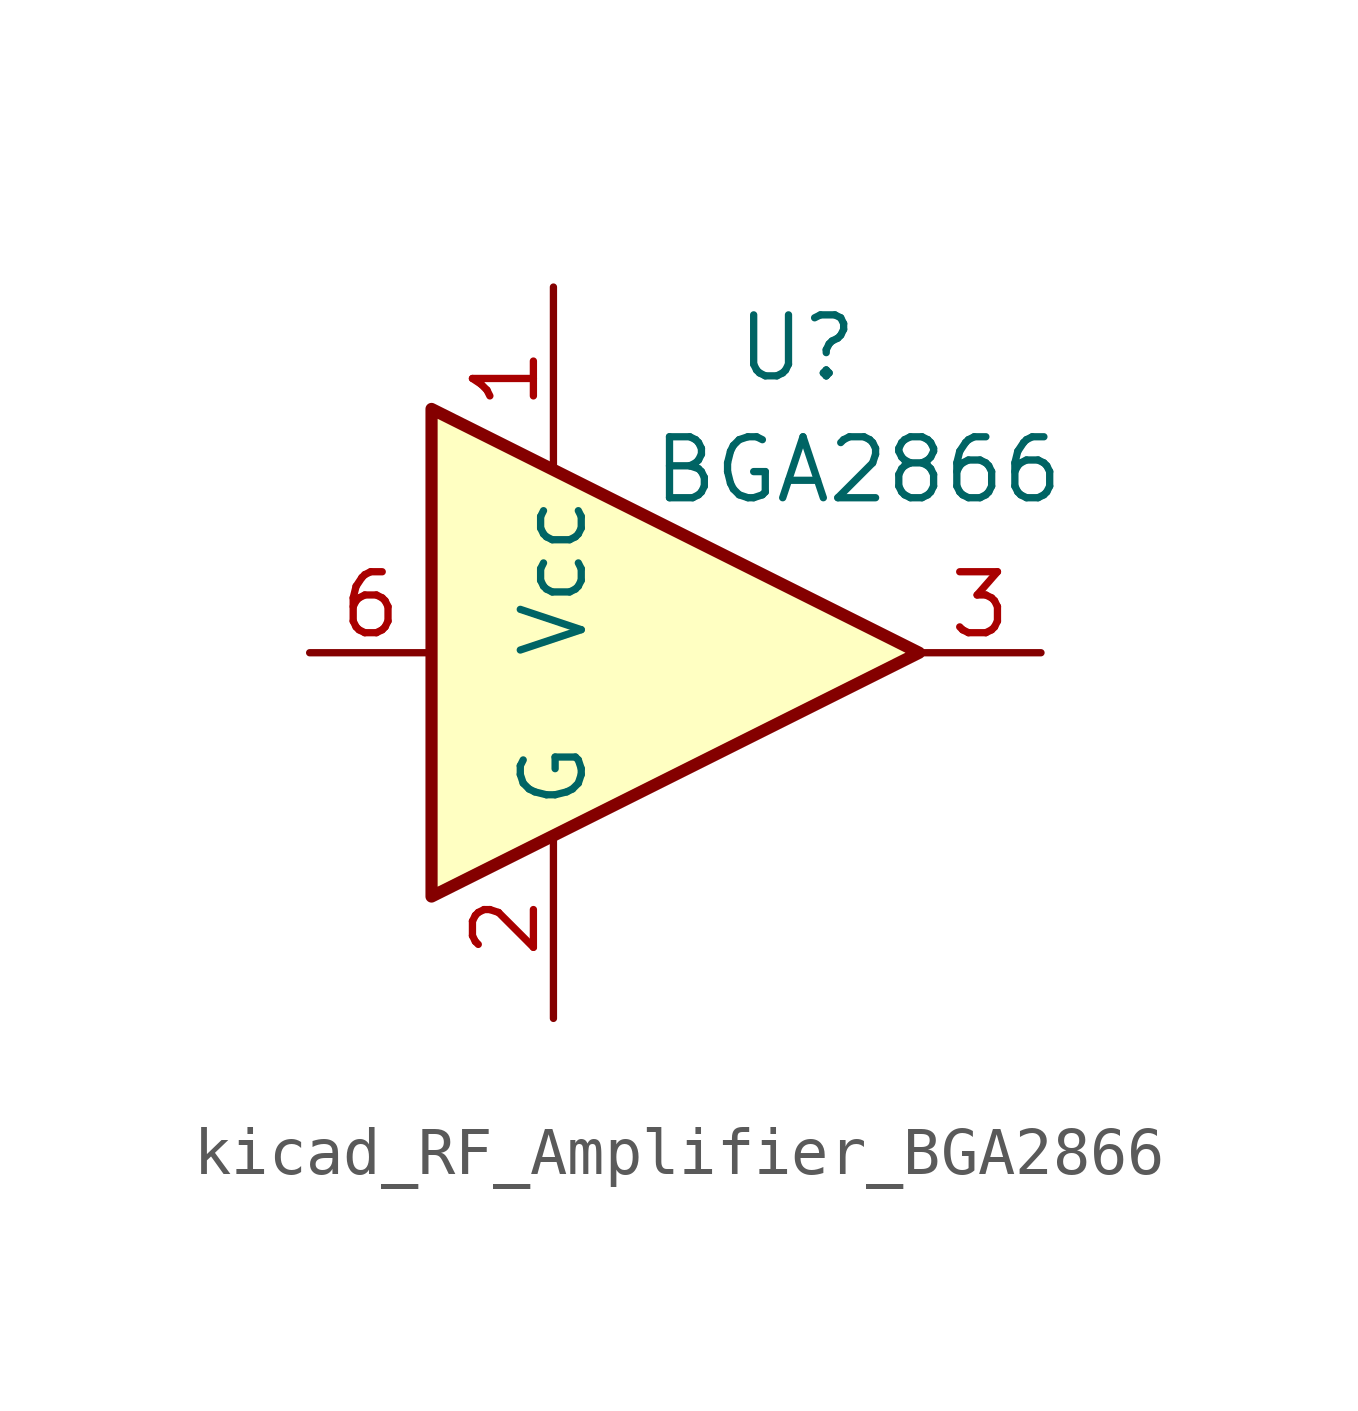
<source format=kicad_sym>
(kicad_symbol_lib
  (version 20220914)
  (generator kicad_symbol_editor)
  (symbol "kicad_RF_Amplifier_BGA2866"
    (property "Reference" "U"
      (at 2.54 6.35 0)
      (effects (font (size 1.27 1.27))))
    (property "Value" "BGA2866"
      (at 3.81 3.81 0)
      (effects (font (size 1.27 1.27))))
    (symbol "kicad_RF_Amplifier_BGA2866_0_1"
      (polyline (pts (xy 5.08 0) (xy -5.08 5.08) (xy -5.08 -5.08) (xy 5.08 0)) (stroke (width 0.254) (type default)) (fill (type background))))
    (symbol "kicad_RF_Amplifier_BGA2866_1_1"
      (pin power_in line (at -2.54 7.62 270) (length 3.81) (name "Vcc" (effects (font (size 1.27 1.27)))) (number "1" (effects (font (size 1.27 1.27)))))
      (pin power_in line (at -2.54 -7.62 90) (length 3.81) (name "G" (effects (font (size 1.27 1.27)))) (number "2" (effects (font (size 1.27 1.27)))))
      (pin output line (at 7.62 0 180) (length 2.54) (name "~" (effects (font (size 1.27 1.27)))) (number "3" (effects (font (size 1.27 1.27)))))
      (pin passive line (at -2.54 -7.62 90) (length 3.81) hide (name "G" (effects (font (size 1.27 1.27)))) (number "4" (effects (font (size 1.27 1.27)))))
      (pin passive line (at -2.54 -7.62 90) (length 3.81) hide (name "G" (effects (font (size 1.27 1.27)))) (number "5" (effects (font (size 1.27 1.27)))))
      (pin input line (at -7.62 0 0) (length 2.54) (name "~" (effects (font (size 1.27 1.27)))) (number "6" (effects (font (size 1.27 1.27))))))))
</source>
